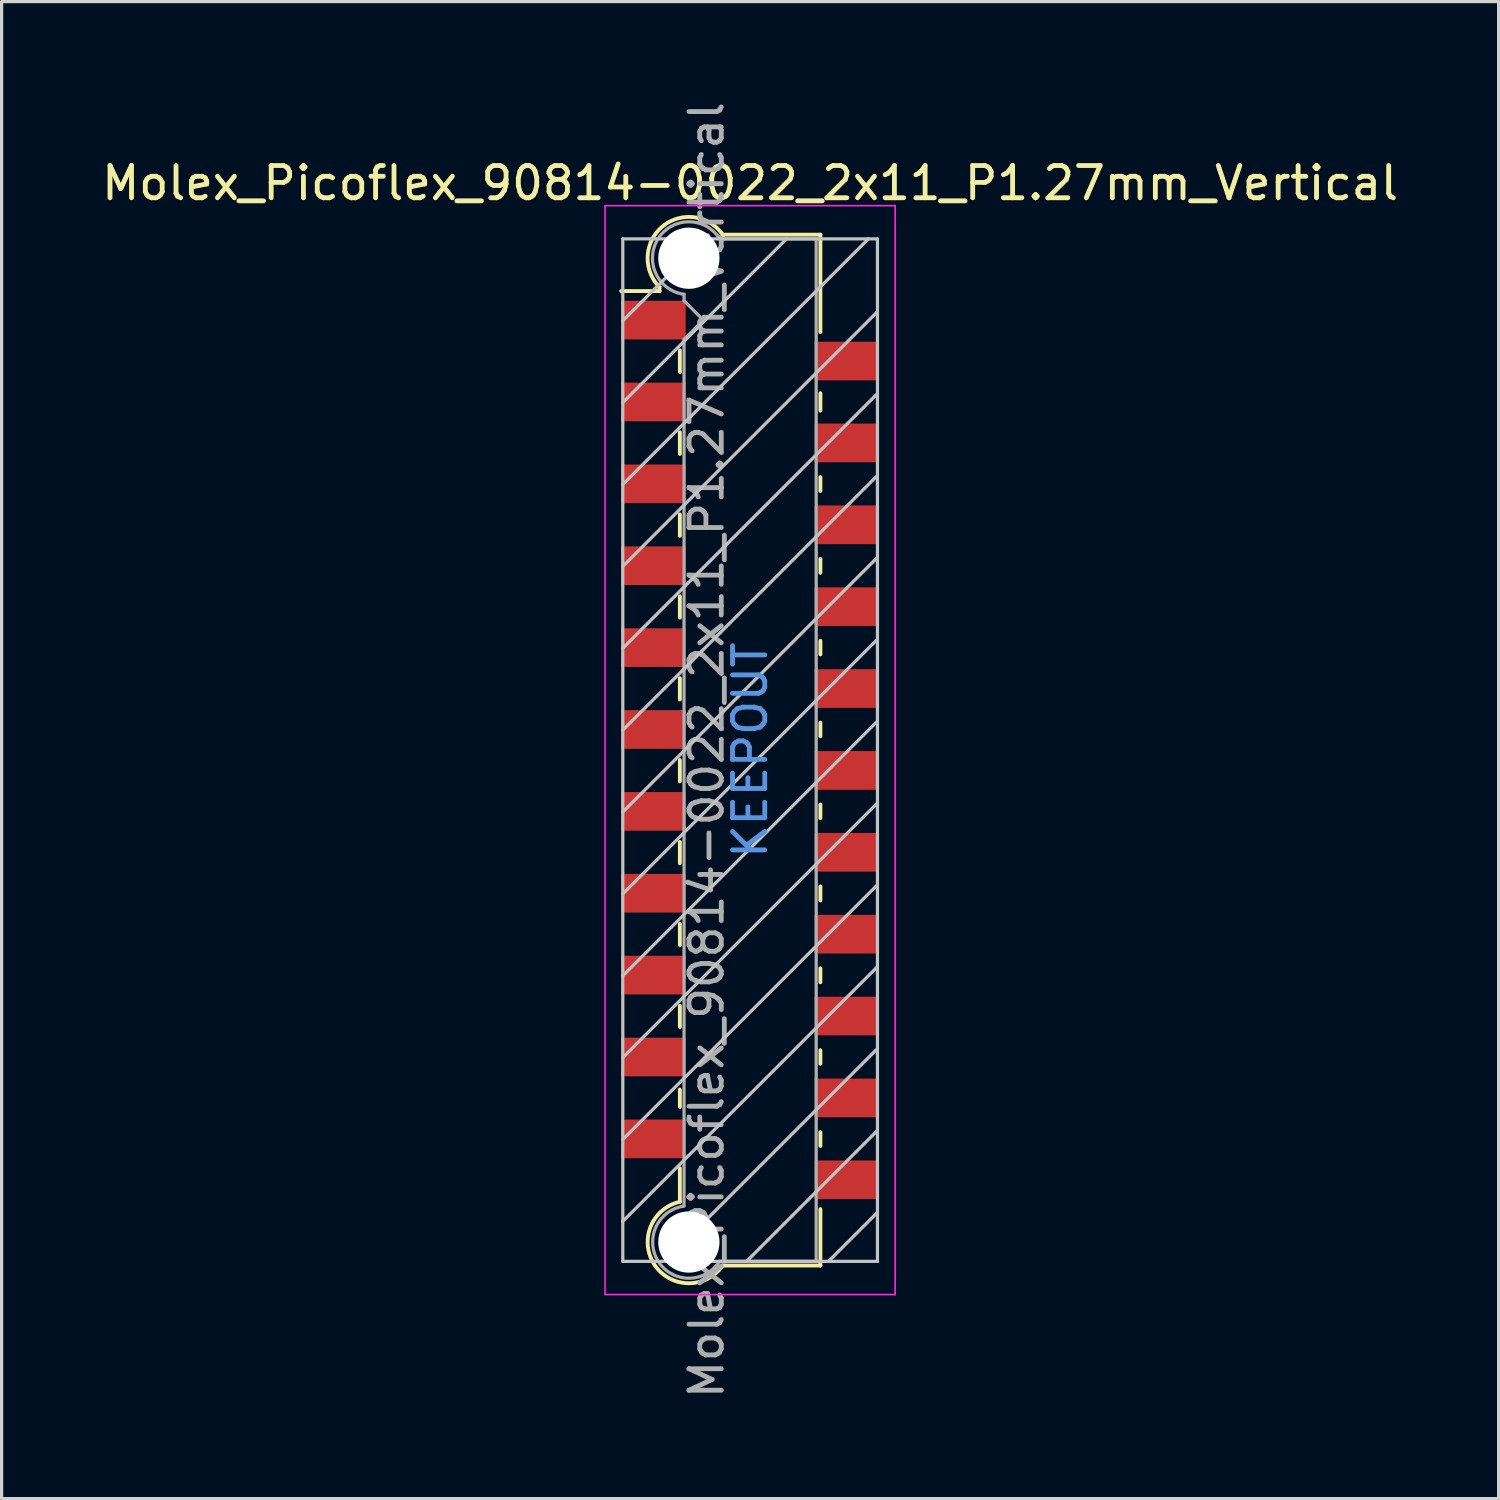
<source format=kicad_pcb>
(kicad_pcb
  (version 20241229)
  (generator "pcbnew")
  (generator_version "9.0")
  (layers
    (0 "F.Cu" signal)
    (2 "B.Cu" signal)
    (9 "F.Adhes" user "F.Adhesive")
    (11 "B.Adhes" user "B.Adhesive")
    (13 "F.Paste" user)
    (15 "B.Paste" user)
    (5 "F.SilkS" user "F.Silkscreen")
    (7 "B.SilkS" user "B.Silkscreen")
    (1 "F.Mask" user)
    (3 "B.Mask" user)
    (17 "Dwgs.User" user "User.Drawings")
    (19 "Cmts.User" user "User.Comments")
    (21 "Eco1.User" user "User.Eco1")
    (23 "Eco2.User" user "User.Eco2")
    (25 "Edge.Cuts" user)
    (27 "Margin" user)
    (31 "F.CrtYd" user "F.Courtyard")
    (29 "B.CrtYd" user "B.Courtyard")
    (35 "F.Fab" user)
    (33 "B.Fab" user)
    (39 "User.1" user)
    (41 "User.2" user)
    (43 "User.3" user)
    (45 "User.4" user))
  (footprint "Molex_Picoflex_90814-0022_2x11_P1.27mm_Vertical"
    (layer "F.Cu")
    (at 20.22 20.22)
    (property "Reference" "Molex_Picoflex_90814-0022_2x11_P1.27mm_Vertical" (at 0 -17.59 0) (layer "F.SilkS") (effects (font (size 1 1) (thickness 0.15))))
    (attr smd)
    (fp_line (start -2.81 -14.36) (end -2.81 -14.24) (stroke (width 0.12) (type solid)) (layer "F.SilkS"))
    (fp_line (start -2.81 -14.24) (end -4 -14.24) (stroke (width 0.12) (type solid)) (layer "F.SilkS"))
    (fp_line (start -2.18 -11.73) (end -2.18 -12.4) (stroke (width 0.12) (type solid)) (layer "F.SilkS"))
    (fp_line (start -2.18 -9.19) (end -2.18 -9.86) (stroke (width 0.12) (type solid)) (layer "F.SilkS"))
    (fp_line (start -2.18 -6.65) (end -2.18 -7.31) (stroke (width 0.12) (type solid)) (layer "F.SilkS"))
    (fp_line (start -2.18 -4.11) (end -2.18 -4.77) (stroke (width 0.12) (type solid)) (layer "F.SilkS"))
    (fp_line (start -2.18 -1.57) (end -2.18 -2.23) (stroke (width 0.12) (type solid)) (layer "F.SilkS"))
    (fp_line (start -2.18 0.97) (end -2.18 0.31) (stroke (width 0.12) (type solid)) (layer "F.SilkS"))
    (fp_line (start -2.18 3.51) (end -2.18 2.85) (stroke (width 0.12) (type solid)) (layer "F.SilkS"))
    (fp_line (start -2.18 6.05) (end -2.18 5.39) (stroke (width 0.12) (type solid)) (layer "F.SilkS"))
    (fp_line (start -2.18 8.59) (end -2.18 7.93) (stroke (width 0.12) (type solid)) (layer "F.SilkS"))
    (fp_line (start -2.18 11.07) (end -2.18 10.53) (stroke (width 0.12) (type solid)) (layer "F.SilkS"))
    (fp_line (start -2.18 14.01) (end -2.18 12.97) (stroke (width 0.12) (type solid)) (layer "F.SilkS"))
    (fp_line (start 2.18 -15.99) (end -0.82 -15.99) (stroke (width 0.12) (type solid)) (layer "F.SilkS"))
    (fp_line (start 2.18 -15.99) (end 2.18 -12.97) (stroke (width 0.12) (type solid)) (layer "F.SilkS"))
    (fp_line (start 2.18 -11.07) (end 2.18 -10.53) (stroke (width 0.12) (type solid)) (layer "F.SilkS"))
    (fp_line (start 2.18 -8.47) (end 2.18 -8.04) (stroke (width 0.12) (type solid)) (layer "F.SilkS"))
    (fp_line (start 2.18 -5.93) (end 2.18 -5.5) (stroke (width 0.12) (type solid)) (layer "F.SilkS"))
    (fp_line (start 2.18 -3.39) (end 2.18 -2.97) (stroke (width 0.12) (type solid)) (layer "F.SilkS"))
    (fp_line (start 2.18 -0.85) (end 2.18 -0.43) (stroke (width 0.12) (type solid)) (layer "F.SilkS"))
    (fp_line (start 2.18 1.69) (end 2.18 2.11) (stroke (width 0.12) (type solid)) (layer "F.SilkS"))
    (fp_line (start 2.18 4.23) (end 2.18 4.66) (stroke (width 0.12) (type solid)) (layer "F.SilkS"))
    (fp_line (start 2.18 6.77) (end 2.18 7.2) (stroke (width 0.12) (type solid)) (layer "F.SilkS"))
    (fp_line (start 2.18 9.31) (end 2.18 9.73) (stroke (width 0.12) (type solid)) (layer "F.SilkS"))
    (fp_line (start 2.18 11.85) (end 2.18 12.28) (stroke (width 0.12) (type solid)) (layer "F.SilkS"))
    (fp_line (start 2.18 14.24) (end 2.18 15.99) (stroke (width 0.12) (type solid)) (layer "F.SilkS"))
    (fp_line (start 2.18 15.99) (end -0.85 15.99) (stroke (width 0.12) (type solid)) (layer "F.SilkS"))
    (fp_arc (start -2.81 -14.36) (mid -2.708637 -16.252072) (end -0.834991 -15.969828) (stroke (width 0.12) (type solid)) (layer "F.SilkS"))
    (fp_arc (start -0.85 15.99) (mid -2.962791 15.971249) (end -2.174424 14.010964) (stroke (width 0.12) (type solid)) (layer "F.SilkS"))
    (fp_line (start -3.95 -15.86) (end -3.95 15.86) (stroke (width 0.1) (type solid)) (layer "Dwgs.User"))
    (fp_line (start -3.95 -13.32) (end -1.41 -15.86) (stroke (width 0.1) (type solid)) (layer "Dwgs.User"))
    (fp_line (start -3.95 -10.78) (end 1.13 -15.86) (stroke (width 0.1) (type solid)) (layer "Dwgs.User"))
    (fp_line (start -3.95 -8.24) (end 3.67 -15.86) (stroke (width 0.1) (type solid)) (layer "Dwgs.User"))
    (fp_line (start -3.95 -5.7) (end 3.95 -13.6) (stroke (width 0.1) (type solid)) (layer "Dwgs.User"))
    (fp_line (start -3.95 -3.16) (end 3.95 -11.06) (stroke (width 0.1) (type solid)) (layer "Dwgs.User"))
    (fp_line (start -3.95 -0.62) (end 3.95 -8.52) (stroke (width 0.1) (type solid)) (layer "Dwgs.User"))
    (fp_line (start -3.95 1.92) (end 3.95 -5.98) (stroke (width 0.1) (type solid)) (layer "Dwgs.User"))
    (fp_line (start -3.95 4.46) (end 3.95 -3.44) (stroke (width 0.1) (type solid)) (layer "Dwgs.User"))
    (fp_line (start -3.95 7) (end 3.95 -0.9) (stroke (width 0.1) (type solid)) (layer "Dwgs.User"))
    (fp_line (start -3.95 9.54) (end 3.95 1.64) (stroke (width 0.1) (type solid)) (layer "Dwgs.User"))
    (fp_line (start -3.95 12.08) (end 3.95 4.18) (stroke (width 0.1) (type solid)) (layer "Dwgs.User"))
    (fp_line (start -3.95 14.62) (end 3.95 6.72) (stroke (width 0.1) (type solid)) (layer "Dwgs.User"))
    (fp_line (start -3.95 15.86) (end 3.95 15.86) (stroke (width 0.1) (type solid)) (layer "Dwgs.User"))
    (fp_line (start -2.65 15.86) (end 3.95 9.26) (stroke (width 0.1) (type solid)) (layer "Dwgs.User"))
    (fp_line (start -0.11 15.86) (end 3.95 11.8) (stroke (width 0.1) (type solid)) (layer "Dwgs.User"))
    (fp_line (start 2.43 15.86) (end 3.95 14.34) (stroke (width 0.1) (type solid)) (layer "Dwgs.User"))
    (fp_line (start 3.95 -15.86) (end -3.95 -15.86) (stroke (width 0.1) (type solid)) (layer "Dwgs.User"))
    (fp_line (start 3.95 15.86) (end 3.95 -15.86) (stroke (width 0.1) (type solid)) (layer "Dwgs.User"))
    (fp_line (start -4.5 -16.89) (end -4.5 16.89) (stroke (width 0.05) (type solid)) (layer "F.CrtYd"))
    (fp_line (start -4.5 16.89) (end 4.5 16.89) (stroke (width 0.05) (type solid)) (layer "F.CrtYd"))
    (fp_line (start 4.5 -16.89) (end -4.5 -16.89) (stroke (width 0.05) (type solid)) (layer "F.CrtYd"))
    (fp_line (start 4.5 16.89) (end 4.5 -16.89) (stroke (width 0.05) (type solid)) (layer "F.CrtYd"))
    (fp_line (start -2.05 -13.94) (end -2.05 -14.14) (stroke (width 0.1) (type solid)) (layer "F.Fab"))
    (fp_line (start -2.05 -12.74) (end -1.45 -13.34) (stroke (width 0.1) (type solid)) (layer "F.Fab"))
    (fp_line (start -2.05 14.14) (end -2.05 -12.74) (stroke (width 0.1) (type solid)) (layer "F.Fab"))
    (fp_line (start -1.45 -13.34) (end -2.05 -13.94) (stroke (width 0.1) (type solid)) (layer "F.Fab"))
    (fp_line (start 2.05 -15.86) (end -0.93 -15.86) (stroke (width 0.1) (type solid)) (layer "F.Fab"))
    (fp_line (start 2.05 -15.86) (end 2.05 15.86) (stroke (width 0.1) (type solid)) (layer "F.Fab"))
    (fp_line (start 2.05 15.86) (end -0.95 15.86) (stroke (width 0.1) (type solid)) (layer "F.Fab"))
    (fp_arc (start -2.05 -14.14) (mid -2.851672 -15.869279) (end -0.945612 -15.865015) (stroke (width 0.1) (type solid)) (layer "F.Fab"))
    (fp_arc (start -0.95 15.86) (mid -2.845272 15.867421) (end -2.051022 14.146585) (stroke (width 0.1) (type solid)) (layer "F.Fab"))
    (fp_text user "KEEPOUT" (at 0 0 90) (layer "Cmts.User") (effects (font (size 1 1) (thickness 0.15))))
    (fp_text user "${REFERENCE}" (at -1.35 0 90) (layer "F.Fab") (effects (font (size 1 1) (thickness 0.15))))
    (pad "" np_thru_hole circle (at -1.9 -15.26) (size 1.9 1.9) (drill 1.9) (layers "*.Cu" "*.Mask"))
    (pad "" np_thru_hole circle (at -1.9 15.26) (size 1.9 1.9) (drill 1.9) (layers "*.Cu" "*.Mask"))
    (pad "1" smd rect (at -3 -13.34) (size 2 1.2) (layers "F.Cu" "F.Mask" "F.Paste"))
    (pad "2" smd rect (at 3 -12.07) (size 2 1.2) (layers "F.Cu" "F.Mask" "F.Paste"))
    (pad "3" smd rect (at -3 -10.8) (size 2 1.2) (layers "F.Cu" "F.Mask" "F.Paste"))
    (pad "4" smd rect (at 3 -9.53) (size 2 1.2) (layers "F.Cu" "F.Mask" "F.Paste"))
    (pad "5" smd rect (at -3 -8.26) (size 2 1.2) (layers "F.Cu" "F.Mask" "F.Paste"))
    (pad "6" smd rect (at 3 -6.99) (size 2 1.2) (layers "F.Cu" "F.Mask" "F.Paste"))
    (pad "7" smd rect (at -3 -5.72) (size 2 1.2) (layers "F.Cu" "F.Mask" "F.Paste"))
    (pad "8" smd rect (at 3 -4.45) (size 2 1.2) (layers "F.Cu" "F.Mask" "F.Paste"))
    (pad "9" smd rect (at -3 -3.18) (size 2 1.2) (layers "F.Cu" "F.Mask" "F.Paste"))
    (pad "10" smd rect (at 3 -1.91) (size 2 1.2) (layers "F.Cu" "F.Mask" "F.Paste"))
    (pad "11" smd rect (at -3 -0.64) (size 2 1.2) (layers "F.Cu" "F.Mask" "F.Paste"))
    (pad "12" smd rect (at 3 0.63) (size 2 1.2) (layers "F.Cu" "F.Mask" "F.Paste"))
    (pad "13" smd rect (at -3 1.9) (size 2 1.2) (layers "F.Cu" "F.Mask" "F.Paste"))
    (pad "14" smd rect (at 3 3.17) (size 2 1.2) (layers "F.Cu" "F.Mask" "F.Paste"))
    (pad "15" smd rect (at -3 4.44) (size 2 1.2) (layers "F.Cu" "F.Mask" "F.Paste"))
    (pad "16" smd rect (at 3 5.71) (size 2 1.2) (layers "F.Cu" "F.Mask" "F.Paste"))
    (pad "17" smd rect (at -3 6.98) (size 2 1.2) (layers "F.Cu" "F.Mask" "F.Paste"))
    (pad "18" smd rect (at 3 8.25) (size 2 1.2) (layers "F.Cu" "F.Mask" "F.Paste"))
    (pad "19" smd rect (at -3 9.52) (size 2 1.2) (layers "F.Cu" "F.Mask" "F.Paste"))
    (pad "20" smd rect (at 3 10.79) (size 2 1.2) (layers "F.Cu" "F.Mask" "F.Paste"))
    (pad "21" smd rect (at -3 12.06) (size 2 1.2) (layers "F.Cu" "F.Mask" "F.Paste"))
    (pad "22" smd rect (at 3 13.33) (size 2 1.2) (layers "F.Cu" "F.Mask" "F.Paste")))
  (gr_rect
    (start -3 -3)
    (end 43.44 43.44)
    (stroke (width 0.1) (type default))
    (fill no)
    (layer "Edge.Cuts")))
</source>
